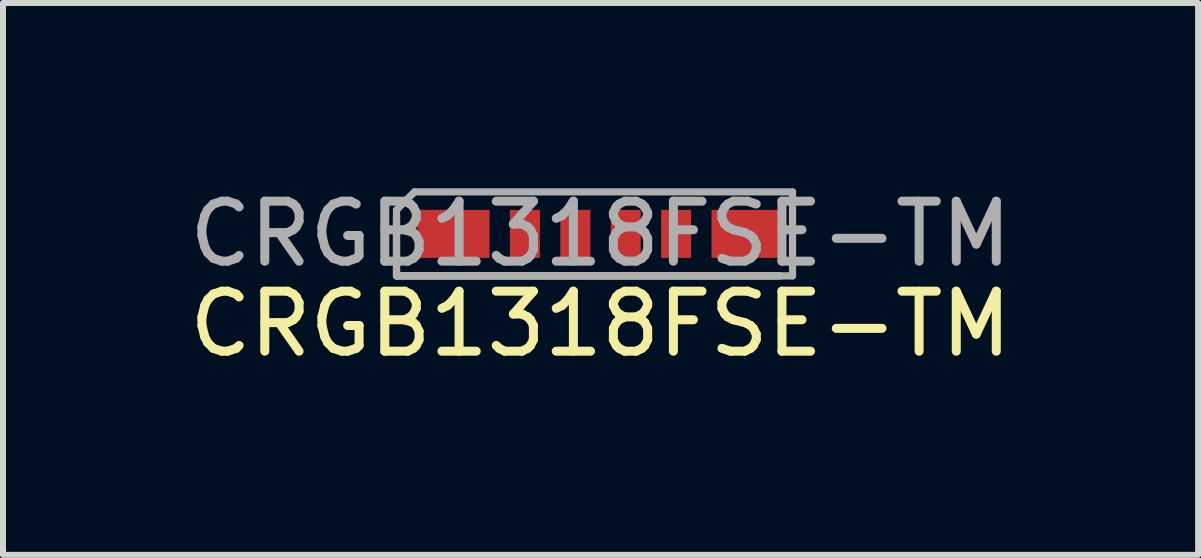
<source format=kicad_pcb>
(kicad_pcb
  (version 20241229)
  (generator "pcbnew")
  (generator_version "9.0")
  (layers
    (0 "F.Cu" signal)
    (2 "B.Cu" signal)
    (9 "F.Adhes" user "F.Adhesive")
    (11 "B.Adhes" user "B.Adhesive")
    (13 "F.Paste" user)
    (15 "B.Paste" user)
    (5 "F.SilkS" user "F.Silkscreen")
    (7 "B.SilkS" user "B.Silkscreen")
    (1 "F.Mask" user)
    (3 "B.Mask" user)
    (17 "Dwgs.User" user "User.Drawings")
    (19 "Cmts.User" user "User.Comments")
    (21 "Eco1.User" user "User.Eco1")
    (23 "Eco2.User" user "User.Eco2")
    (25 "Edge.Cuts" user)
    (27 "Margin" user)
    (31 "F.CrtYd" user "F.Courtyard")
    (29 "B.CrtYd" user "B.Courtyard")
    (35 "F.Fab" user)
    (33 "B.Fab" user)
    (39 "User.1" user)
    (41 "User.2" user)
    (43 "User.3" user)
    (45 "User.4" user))
  (footprint "CRGB1318FSE-TM"
    (layer "F.Cu")
    (at 6.958 0.848)
    (property "Reference" "CRGB1318FSE-TM" (at 0 1.5 0) (layer "F.SilkS") (effects (font (size 1 1) (thickness 0.15))))
    (attr through_hole)
    (fp_line (start -3.4 -0.3) (end -3.4 0.7) (stroke (width 0.12) (type solid)) (layer "F.SilkS"))
    (fp_line (start -3.4 0.7) (end 3 0.7) (stroke (width 0.12) (type solid)) (layer "F.SilkS"))
    (fp_line (start -3.4 -0.4) (end -3.1 -0.7) (stroke (width 0.12) (type solid)) (layer "F.Fab"))
    (fp_line (start -3.4 0.7) (end -3.4 -0.4) (stroke (width 0.12) (type solid)) (layer "F.Fab"))
    (fp_line (start -3.1 -0.7) (end 3.2 -0.7) (stroke (width 0.12) (type solid)) (layer "F.Fab"))
    (fp_line (start 3.2 -0.7) (end 3.2 0.7) (stroke (width 0.12) (type solid)) (layer "F.Fab"))
    (fp_line (start 3.2 0.7) (end -3.4 0.7) (stroke (width 0.12) (type solid)) (layer "F.Fab"))
    (fp_text user "${REFERENCE}" (at 0 0 0) (layer "F.Fab") (effects (font (size 1 1) (thickness 0.15))))
    (pad "1" smd rect (at -2.45 0) (size 1.2 0.8) (layers "F.Cu" "F.Mask" "F.Paste"))
    (pad "2" smd rect (at -1.26 0) (size 0.5 0.8) (layers "F.Cu" "F.Mask" "F.Paste"))
    (pad "3" smd rect (at -0.42 0) (size 0.5 0.8) (layers "F.Cu" "F.Mask" "F.Paste"))
    (pad "4" smd rect (at 0.42 0) (size 0.5 0.8) (layers "F.Cu" "F.Mask" "F.Paste"))
    (pad "5" smd rect (at 1.26 0) (size 0.5 0.8) (layers "F.Cu" "F.Mask" "F.Paste"))
    (pad "6" smd rect (at 2.45 0) (size 1.2 0.8) (layers "F.Cu" "F.Mask" "F.Paste")))
  (gr_rect
    (start -3 -3)
    (end 16.917 6.197)
    (stroke (width 0.1) (type default))
    (fill no)
    (layer "Edge.Cuts")))
</source>
